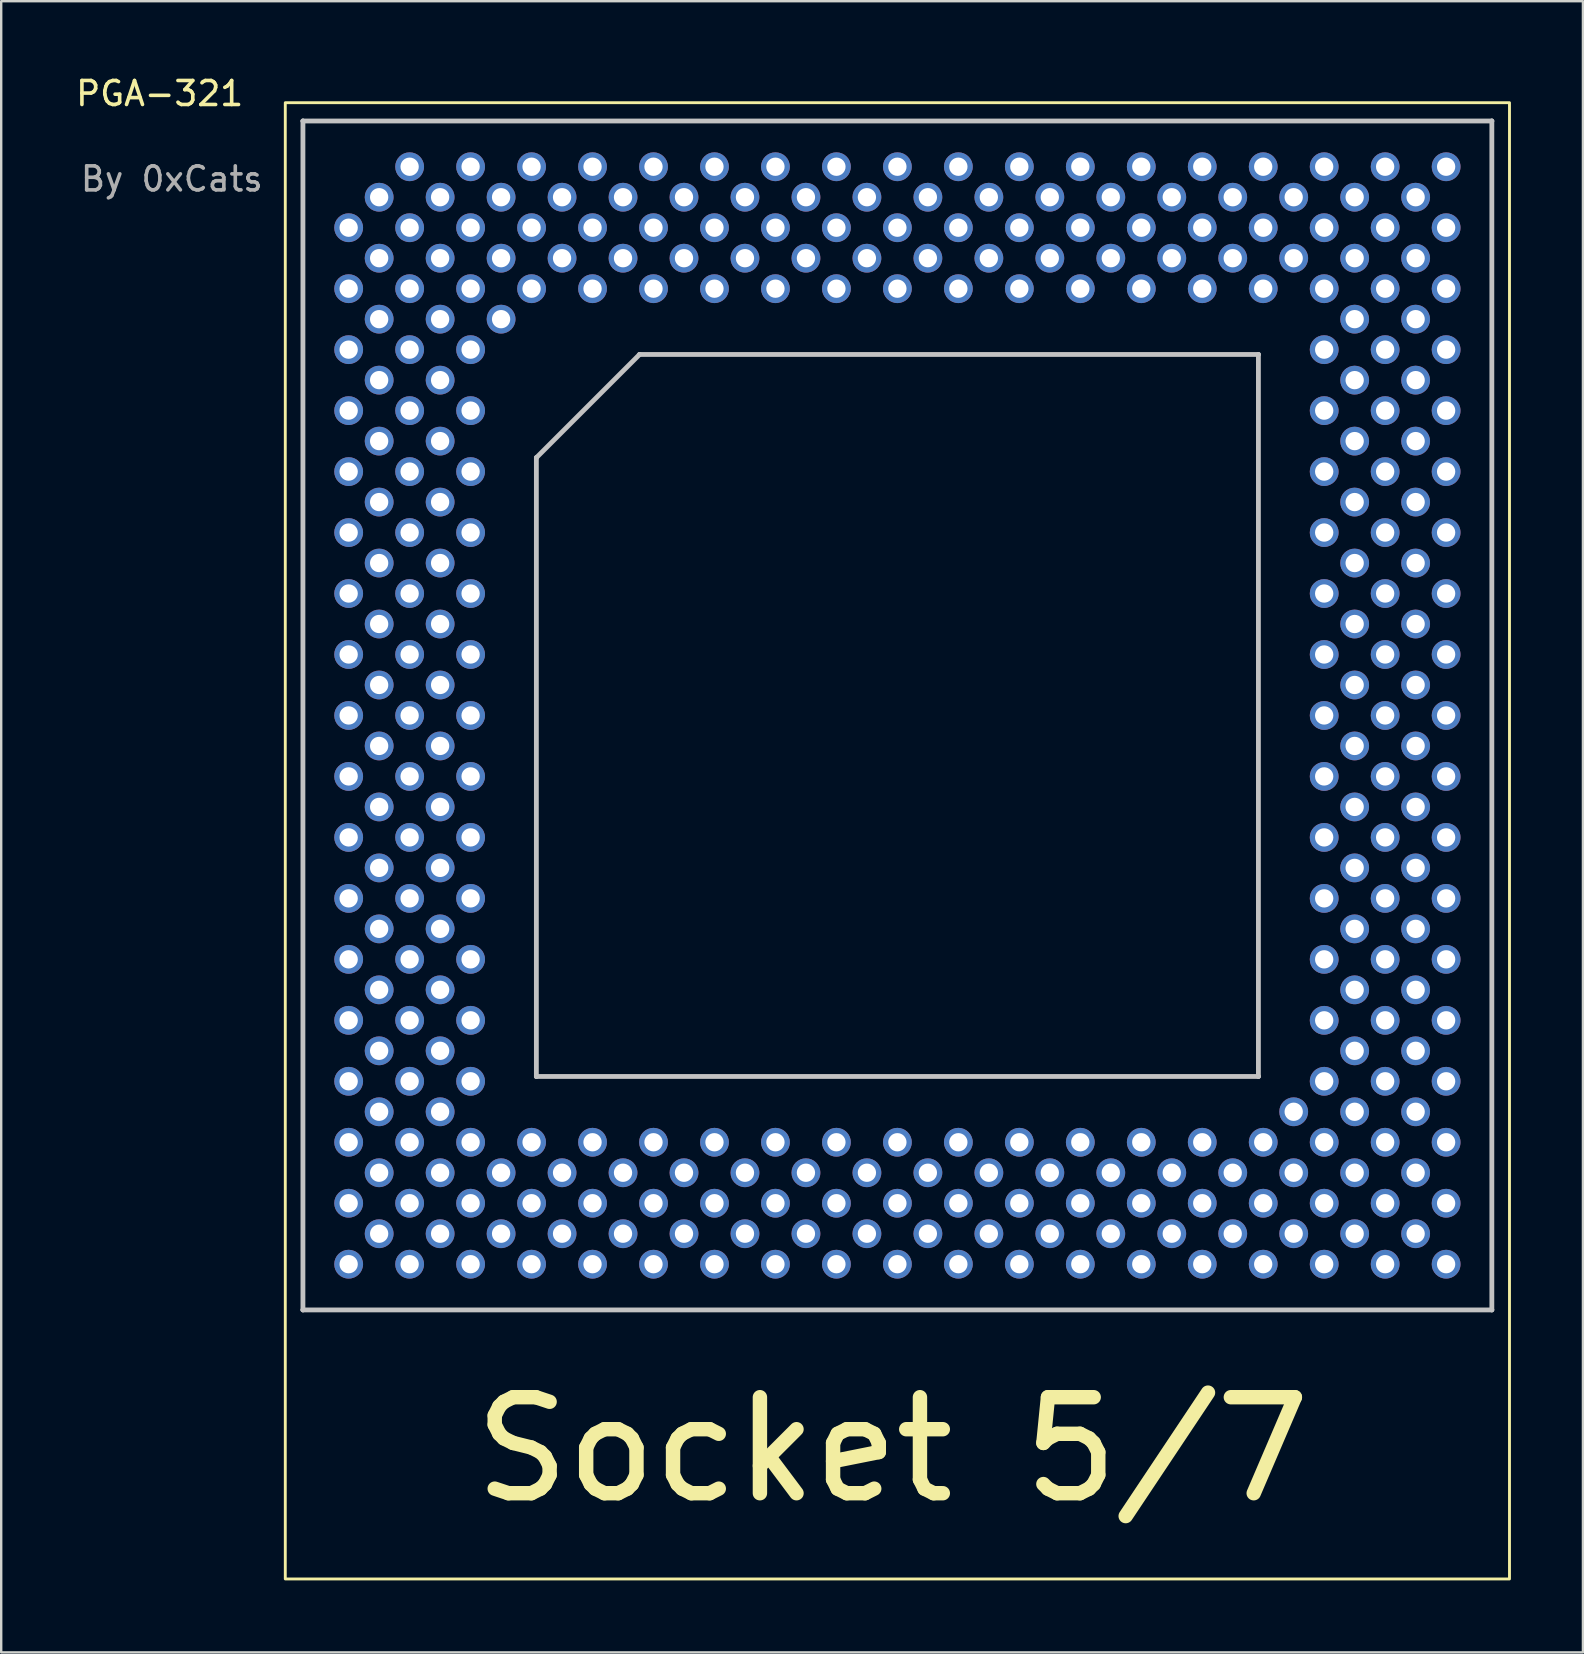
<source format=kicad_pcb>
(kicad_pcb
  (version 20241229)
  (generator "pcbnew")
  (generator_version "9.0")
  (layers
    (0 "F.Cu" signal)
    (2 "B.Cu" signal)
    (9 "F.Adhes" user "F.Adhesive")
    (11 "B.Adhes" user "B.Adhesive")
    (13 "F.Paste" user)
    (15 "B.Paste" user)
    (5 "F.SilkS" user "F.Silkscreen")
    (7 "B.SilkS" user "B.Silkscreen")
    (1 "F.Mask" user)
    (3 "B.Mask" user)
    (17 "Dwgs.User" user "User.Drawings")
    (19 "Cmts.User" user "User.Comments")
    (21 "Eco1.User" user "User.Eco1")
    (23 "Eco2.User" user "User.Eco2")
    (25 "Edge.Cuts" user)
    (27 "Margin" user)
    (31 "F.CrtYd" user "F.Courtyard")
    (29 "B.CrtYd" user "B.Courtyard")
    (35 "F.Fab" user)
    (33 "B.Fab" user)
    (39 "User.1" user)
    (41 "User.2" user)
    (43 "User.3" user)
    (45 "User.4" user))
  (footprint "PGA-321"
    (layer "F.Cu")
    (at 11.475 3.896)
    (property "Reference" "PGA-321" (at -7.874 -3.048 0) (layer "F.SilkS") (effects (font (size 1 1) (thickness 0.15))))
    (attr through_hole)
    (fp_rect (start -2.64 -2.667) (end 48.36 58.833) (stroke (width 0.12) (type solid)) (fill no) (layer "F.SilkS"))
    (fp_line (start -1.905 -1.905) (end -1.905 -1.905) (stroke (width 0.2) (type solid)) (layer "Dwgs.User"))
    (fp_line (start -1.905 -1.905) (end 47.625 -1.905) (stroke (width 0.2) (type solid)) (layer "Dwgs.User"))
    (fp_line (start -1.905 47.625) (end -1.905 -1.905) (stroke (width 0.2) (type solid)) (layer "Dwgs.User"))
    (fp_line (start -1.905 47.625) (end -1.905 47.625) (stroke (width 0.2) (type solid)) (layer "Dwgs.User"))
    (fp_line (start 7.82 12.12) (end 7.82 12.12) (stroke (width 0.2) (type solid)) (layer "Dwgs.User"))
    (fp_line (start 7.82 12.12) (end 12.12 7.82) (stroke (width 0.2) (type solid)) (layer "Dwgs.User"))
    (fp_line (start 7.82 37.9) (end 7.82 12.12) (stroke (width 0.2) (type solid)) (layer "Dwgs.User"))
    (fp_line (start 7.82 37.9) (end 7.82 37.9) (stroke (width 0.2) (type solid)) (layer "Dwgs.User"))
    (fp_line (start 12.12 7.82) (end 12.12 7.82) (stroke (width 0.2) (type solid)) (layer "Dwgs.User"))
    (fp_line (start 12.12 7.82) (end 37.9 7.82) (stroke (width 0.2) (type solid)) (layer "Dwgs.User"))
    (fp_line (start 37.9 7.82) (end 37.9 7.82) (stroke (width 0.2) (type solid)) (layer "Dwgs.User"))
    (fp_line (start 37.9 7.82) (end 37.9 37.9) (stroke (width 0.2) (type solid)) (layer "Dwgs.User"))
    (fp_line (start 37.9 37.9) (end 7.82 37.9) (stroke (width 0.2) (type solid)) (layer "Dwgs.User"))
    (fp_line (start 37.9 37.9) (end 37.9 37.9) (stroke (width 0.2) (type solid)) (layer "Dwgs.User"))
    (fp_line (start 47.625 -1.905) (end 47.625 -1.905) (stroke (width 0.2) (type solid)) (layer "Dwgs.User"))
    (fp_line (start 47.625 47.625) (end -1.905 47.625) (stroke (width 0.2) (type solid)) (layer "Dwgs.User"))
    (fp_line (start 47.625 47.625) (end 47.625 -1.905) (stroke (width 0.2) (type solid)) (layer "Dwgs.User"))
    (fp_line (start 47.625 47.625) (end 47.625 47.625) (stroke (width 0.2) (type solid)) (layer "Dwgs.User"))
    (fp_text user "Socket 5/7" (at 22.657 53.442 180) (layer "F.SilkS") (effects (font (size 4 4) (thickness 0.6))))
    (fp_text user "By 0xCats" (at -7.366 0.508 0) (unlocked yes) (layer "F.Fab") (effects (font (size 1 1) (thickness 0.15))))
    (pad "A03" thru_hole circle (at 2.54 0) (size 1.2 1.2) (drill 0.762) (layers "*.Cu" "*.Mask"))
    (pad "A05" thru_hole circle (at 5.08 0) (size 1.2 1.2) (drill 0.762) (layers "*.Cu" "*.Mask"))
    (pad "A07" thru_hole circle (at 7.62 0) (size 1.2 1.2) (drill 0.762) (layers "*.Cu" "*.Mask"))
    (pad "A09" thru_hole circle (at 10.16 0) (size 1.2 1.2) (drill 0.762) (layers "*.Cu" "*.Mask"))
    (pad "A11" thru_hole circle (at 12.7 0) (size 1.2 1.2) (drill 0.762) (layers "*.Cu" "*.Mask"))
    (pad "A13" thru_hole circle (at 15.24 0) (size 1.2 1.2) (drill 0.762) (layers "*.Cu" "*.Mask"))
    (pad "A15" thru_hole circle (at 17.78 0) (size 1.2 1.2) (drill 0.762) (layers "*.Cu" "*.Mask"))
    (pad "A17" thru_hole circle (at 20.32 0) (size 1.2 1.2) (drill 0.762) (layers "*.Cu" "*.Mask"))
    (pad "A19" thru_hole circle (at 22.86 0) (size 1.2 1.2) (drill 0.762) (layers "*.Cu" "*.Mask"))
    (pad "A21" thru_hole circle (at 25.4 0) (size 1.2 1.2) (drill 0.762) (layers "*.Cu" "*.Mask"))
    (pad "A23" thru_hole circle (at 27.94 0) (size 1.2 1.2) (drill 0.762) (layers "*.Cu" "*.Mask"))
    (pad "A25" thru_hole circle (at 30.48 0) (size 1.2 1.2) (drill 0.762) (layers "*.Cu" "*.Mask"))
    (pad "A27" thru_hole circle (at 33.02 0) (size 1.2 1.2) (drill 0.762) (layers "*.Cu" "*.Mask"))
    (pad "A29" thru_hole circle (at 35.56 0) (size 1.2 1.2) (drill 0.762) (layers "*.Cu" "*.Mask"))
    (pad "A31" thru_hole circle (at 38.1 0) (size 1.2 1.2) (drill 0.762) (layers "*.Cu" "*.Mask"))
    (pad "A33" thru_hole circle (at 40.64 0) (size 1.2 1.2) (drill 0.762) (layers "*.Cu" "*.Mask"))
    (pad "A35" thru_hole circle (at 43.18 0) (size 1.2 1.2) (drill 0.762) (layers "*.Cu" "*.Mask"))
    (pad "A37" thru_hole circle (at 45.72 0) (size 1.2 1.2) (drill 0.762) (layers "*.Cu" "*.Mask"))
    (pad "AA01" thru_hole circle (at 0 30.48) (size 1.2 1.2) (drill 0.762) (layers "*.Cu" "*.Mask"))
    (pad "AA03" thru_hole circle (at 2.54 30.48) (size 1.2 1.2) (drill 0.762) (layers "*.Cu" "*.Mask"))
    (pad "AA05" thru_hole circle (at 5.08 30.48) (size 1.2 1.2) (drill 0.762) (layers "*.Cu" "*.Mask"))
    (pad "AA33" thru_hole circle (at 40.64 30.48) (size 1.2 1.2) (drill 0.762) (layers "*.Cu" "*.Mask"))
    (pad "AA35" thru_hole circle (at 43.18 30.48) (size 1.2 1.2) (drill 0.762) (layers "*.Cu" "*.Mask"))
    (pad "AA37" thru_hole circle (at 45.72 30.48) (size 1.2 1.2) (drill 0.762) (layers "*.Cu" "*.Mask"))
    (pad "AB02" thru_hole circle (at 1.27 31.75) (size 1.2 1.2) (drill 0.762) (layers "*.Cu" "*.Mask"))
    (pad "AB04" thru_hole circle (at 3.81 31.75) (size 1.2 1.2) (drill 0.762) (layers "*.Cu" "*.Mask"))
    (pad "AB34" thru_hole circle (at 41.91 31.75) (size 1.2 1.2) (drill 0.762) (layers "*.Cu" "*.Mask"))
    (pad "AB36" thru_hole circle (at 44.45 31.75) (size 1.2 1.2) (drill 0.762) (layers "*.Cu" "*.Mask"))
    (pad "AC01" thru_hole circle (at 0 33.02) (size 1.2 1.2) (drill 0.762) (layers "*.Cu" "*.Mask"))
    (pad "AC03" thru_hole circle (at 2.54 33.02) (size 1.2 1.2) (drill 0.762) (layers "*.Cu" "*.Mask"))
    (pad "AC05" thru_hole circle (at 5.08 33.02) (size 1.2 1.2) (drill 0.762) (layers "*.Cu" "*.Mask"))
    (pad "AC33" thru_hole circle (at 40.64 33.02) (size 1.2 1.2) (drill 0.762) (layers "*.Cu" "*.Mask"))
    (pad "AC35" thru_hole circle (at 43.18 33.02) (size 1.2 1.2) (drill 0.762) (layers "*.Cu" "*.Mask"))
    (pad "AC37" thru_hole circle (at 45.72 33.02) (size 1.2 1.2) (drill 0.762) (layers "*.Cu" "*.Mask"))
    (pad "AD02" thru_hole circle (at 1.27 34.29) (size 1.2 1.2) (drill 0.762) (layers "*.Cu" "*.Mask"))
    (pad "AD04" thru_hole circle (at 3.81 34.29) (size 1.2 1.2) (drill 0.762) (layers "*.Cu" "*.Mask"))
    (pad "AD34" thru_hole circle (at 41.91 34.29) (size 1.2 1.2) (drill 0.762) (layers "*.Cu" "*.Mask"))
    (pad "AD36" thru_hole circle (at 44.45 34.29) (size 1.2 1.2) (drill 0.762) (layers "*.Cu" "*.Mask"))
    (pad "AE01" thru_hole circle (at 0 35.56) (size 1.2 1.2) (drill 0.762) (layers "*.Cu" "*.Mask"))
    (pad "AE03" thru_hole circle (at 2.54 35.56) (size 1.2 1.2) (drill 0.762) (layers "*.Cu" "*.Mask"))
    (pad "AE05" thru_hole circle (at 5.08 35.56) (size 1.2 1.2) (drill 0.762) (layers "*.Cu" "*.Mask"))
    (pad "AE33" thru_hole circle (at 40.64 35.56) (size 1.2 1.2) (drill 0.762) (layers "*.Cu" "*.Mask"))
    (pad "AE35" thru_hole circle (at 43.18 35.56) (size 1.2 1.2) (drill 0.762) (layers "*.Cu" "*.Mask"))
    (pad "AE37" thru_hole circle (at 45.72 35.56) (size 1.2 1.2) (drill 0.762) (layers "*.Cu" "*.Mask"))
    (pad "AF02" thru_hole circle (at 1.27 36.83) (size 1.2 1.2) (drill 0.762) (layers "*.Cu" "*.Mask"))
    (pad "AF04" thru_hole circle (at 3.81 36.83) (size 1.2 1.2) (drill 0.762) (layers "*.Cu" "*.Mask"))
    (pad "AF34" thru_hole circle (at 41.91 36.83) (size 1.2 1.2) (drill 0.762) (layers "*.Cu" "*.Mask"))
    (pad "AF36" thru_hole circle (at 44.45 36.83) (size 1.2 1.2) (drill 0.762) (layers "*.Cu" "*.Mask"))
    (pad "AG01" thru_hole circle (at 0 38.1) (size 1.2 1.2) (drill 0.762) (layers "*.Cu" "*.Mask"))
    (pad "AG03" thru_hole circle (at 2.54 38.1) (size 1.2 1.2) (drill 0.762) (layers "*.Cu" "*.Mask"))
    (pad "AG05" thru_hole circle (at 5.08 38.1) (size 1.2 1.2) (drill 0.762) (layers "*.Cu" "*.Mask"))
    (pad "AG33" thru_hole circle (at 40.64 38.1) (size 1.2 1.2) (drill 0.762) (layers "*.Cu" "*.Mask"))
    (pad "AG35" thru_hole circle (at 43.18 38.1) (size 1.2 1.2) (drill 0.762) (layers "*.Cu" "*.Mask"))
    (pad "AG37" thru_hole circle (at 45.72 38.1) (size 1.2 1.2) (drill 0.762) (layers "*.Cu" "*.Mask"))
    (pad "AH02" thru_hole circle (at 1.27 39.37) (size 1.2 1.2) (drill 0.762) (layers "*.Cu" "*.Mask"))
    (pad "AH04" thru_hole circle (at 3.81 39.37) (size 1.2 1.2) (drill 0.762) (layers "*.Cu" "*.Mask"))
    (pad "AH32" thru_hole circle (at 39.37 39.37) (size 1.2 1.2) (drill 0.762) (layers "*.Cu" "*.Mask"))
    (pad "AH34" thru_hole circle (at 41.91 39.37) (size 1.2 1.2) (drill 0.762) (layers "*.Cu" "*.Mask"))
    (pad "AH36" thru_hole circle (at 44.45 39.37) (size 1.2 1.2) (drill 0.762) (layers "*.Cu" "*.Mask"))
    (pad "AJ01" thru_hole circle (at 0 40.64) (size 1.2 1.2) (drill 0.762) (layers "*.Cu" "*.Mask"))
    (pad "AJ03" thru_hole circle (at 2.54 40.64) (size 1.2 1.2) (drill 0.762) (layers "*.Cu" "*.Mask"))
    (pad "AJ05" thru_hole circle (at 5.08 40.64) (size 1.2 1.2) (drill 0.762) (layers "*.Cu" "*.Mask"))
    (pad "AJ07" thru_hole circle (at 7.62 40.64) (size 1.2 1.2) (drill 0.762) (layers "*.Cu" "*.Mask"))
    (pad "AJ09" thru_hole circle (at 10.16 40.64) (size 1.2 1.2) (drill 0.762) (layers "*.Cu" "*.Mask"))
    (pad "AJ11" thru_hole circle (at 12.7 40.64) (size 1.2 1.2) (drill 0.762) (layers "*.Cu" "*.Mask"))
    (pad "AJ13" thru_hole circle (at 15.24 40.64) (size 1.2 1.2) (drill 0.762) (layers "*.Cu" "*.Mask"))
    (pad "AJ15" thru_hole circle (at 17.78 40.64) (size 1.2 1.2) (drill 0.762) (layers "*.Cu" "*.Mask"))
    (pad "AJ17" thru_hole circle (at 20.32 40.64) (size 1.2 1.2) (drill 0.762) (layers "*.Cu" "*.Mask"))
    (pad "AJ19" thru_hole circle (at 22.86 40.64) (size 1.2 1.2) (drill 0.762) (layers "*.Cu" "*.Mask"))
    (pad "AJ21" thru_hole circle (at 25.4 40.64) (size 1.2 1.2) (drill 0.762) (layers "*.Cu" "*.Mask"))
    (pad "AJ23" thru_hole circle (at 27.94 40.64) (size 1.2 1.2) (drill 0.762) (layers "*.Cu" "*.Mask"))
    (pad "AJ25" thru_hole circle (at 30.48 40.64) (size 1.2 1.2) (drill 0.762) (layers "*.Cu" "*.Mask"))
    (pad "AJ27" thru_hole circle (at 33.02 40.64) (size 1.2 1.2) (drill 0.762) (layers "*.Cu" "*.Mask"))
    (pad "AJ29" thru_hole circle (at 35.56 40.64) (size 1.2 1.2) (drill 0.762) (layers "*.Cu" "*.Mask"))
    (pad "AJ31" thru_hole circle (at 38.1 40.64) (size 1.2 1.2) (drill 0.762) (layers "*.Cu" "*.Mask"))
    (pad "AJ33" thru_hole circle (at 40.64 40.64) (size 1.2 1.2) (drill 0.762) (layers "*.Cu" "*.Mask"))
    (pad "AJ35" thru_hole circle (at 43.18 40.64) (size 1.2 1.2) (drill 0.762) (layers "*.Cu" "*.Mask"))
    (pad "AJ37" thru_hole circle (at 45.72 40.64) (size 1.2 1.2) (drill 0.762) (layers "*.Cu" "*.Mask"))
    (pad "AK02" thru_hole circle (at 1.27 41.91) (size 1.2 1.2) (drill 0.762) (layers "*.Cu" "*.Mask"))
    (pad "AK04" thru_hole circle (at 3.81 41.91) (size 1.2 1.2) (drill 0.762) (layers "*.Cu" "*.Mask"))
    (pad "AK06" thru_hole circle (at 6.35 41.91) (size 1.2 1.2) (drill 0.762) (layers "*.Cu" "*.Mask"))
    (pad "AK08" thru_hole circle (at 8.89 41.91) (size 1.2 1.2) (drill 0.762) (layers "*.Cu" "*.Mask"))
    (pad "AK10" thru_hole circle (at 11.43 41.91) (size 1.2 1.2) (drill 0.762) (layers "*.Cu" "*.Mask"))
    (pad "AK12" thru_hole circle (at 13.97 41.91) (size 1.2 1.2) (drill 0.762) (layers "*.Cu" "*.Mask"))
    (pad "AK14" thru_hole circle (at 16.51 41.91) (size 1.2 1.2) (drill 0.762) (layers "*.Cu" "*.Mask"))
    (pad "AK16" thru_hole circle (at 19.05 41.91) (size 1.2 1.2) (drill 0.762) (layers "*.Cu" "*.Mask"))
    (pad "AK18" thru_hole circle (at 21.59 41.91) (size 1.2 1.2) (drill 0.762) (layers "*.Cu" "*.Mask"))
    (pad "AK20" thru_hole circle (at 24.13 41.91) (size 1.2 1.2) (drill 0.762) (layers "*.Cu" "*.Mask"))
    (pad "AK22" thru_hole circle (at 26.67 41.91) (size 1.2 1.2) (drill 0.762) (layers "*.Cu" "*.Mask"))
    (pad "AK24" thru_hole circle (at 29.21 41.91) (size 1.2 1.2) (drill 0.762) (layers "*.Cu" "*.Mask"))
    (pad "AK26" thru_hole circle (at 31.75 41.91) (size 1.2 1.2) (drill 0.762) (layers "*.Cu" "*.Mask"))
    (pad "AK28" thru_hole circle (at 34.29 41.91) (size 1.2 1.2) (drill 0.762) (layers "*.Cu" "*.Mask"))
    (pad "AK30" thru_hole circle (at 36.83 41.91) (size 1.2 1.2) (drill 0.762) (layers "*.Cu" "*.Mask"))
    (pad "AK32" thru_hole circle (at 39.37 41.91) (size 1.2 1.2) (drill 0.762) (layers "*.Cu" "*.Mask"))
    (pad "AK34" thru_hole circle (at 41.91 41.91) (size 1.2 1.2) (drill 0.762) (layers "*.Cu" "*.Mask"))
    (pad "AK36" thru_hole circle (at 44.45 41.91) (size 1.2 1.2) (drill 0.762) (layers "*.Cu" "*.Mask"))
    (pad "AL01" thru_hole circle (at 0 43.18) (size 1.2 1.2) (drill 0.762) (layers "*.Cu" "*.Mask"))
    (pad "AL03" thru_hole circle (at 2.54 43.18) (size 1.2 1.2) (drill 0.762) (layers "*.Cu" "*.Mask"))
    (pad "AL05" thru_hole circle (at 5.08 43.18) (size 1.2 1.2) (drill 0.762) (layers "*.Cu" "*.Mask"))
    (pad "AL07" thru_hole circle (at 7.62 43.18) (size 1.2 1.2) (drill 0.762) (layers "*.Cu" "*.Mask"))
    (pad "AL09" thru_hole circle (at 10.16 43.18) (size 1.2 1.2) (drill 0.762) (layers "*.Cu" "*.Mask"))
    (pad "AL11" thru_hole circle (at 12.7 43.18) (size 1.2 1.2) (drill 0.762) (layers "*.Cu" "*.Mask"))
    (pad "AL13" thru_hole circle (at 15.24 43.18) (size 1.2 1.2) (drill 0.762) (layers "*.Cu" "*.Mask"))
    (pad "AL15" thru_hole circle (at 17.78 43.18) (size 1.2 1.2) (drill 0.762) (layers "*.Cu" "*.Mask"))
    (pad "AL17" thru_hole circle (at 20.32 43.18) (size 1.2 1.2) (drill 0.762) (layers "*.Cu" "*.Mask"))
    (pad "AL19" thru_hole circle (at 22.86 43.18) (size 1.2 1.2) (drill 0.762) (layers "*.Cu" "*.Mask"))
    (pad "AL21" thru_hole circle (at 25.4 43.18) (size 1.2 1.2) (drill 0.762) (layers "*.Cu" "*.Mask"))
    (pad "AL23" thru_hole circle (at 27.94 43.18) (size 1.2 1.2) (drill 0.762) (layers "*.Cu" "*.Mask"))
    (pad "AL25" thru_hole circle (at 30.48 43.18) (size 1.2 1.2) (drill 0.762) (layers "*.Cu" "*.Mask"))
    (pad "AL27" thru_hole circle (at 33.02 43.18) (size 1.2 1.2) (drill 0.762) (layers "*.Cu" "*.Mask"))
    (pad "AL29" thru_hole circle (at 35.56 43.18) (size 1.2 1.2) (drill 0.762) (layers "*.Cu" "*.Mask"))
    (pad "AL31" thru_hole circle (at 38.1 43.18) (size 1.2 1.2) (drill 0.762) (layers "*.Cu" "*.Mask"))
    (pad "AL33" thru_hole circle (at 40.64 43.18) (size 1.2 1.2) (drill 0.762) (layers "*.Cu" "*.Mask"))
    (pad "AL35" thru_hole circle (at 43.18 43.18) (size 1.2 1.2) (drill 0.762) (layers "*.Cu" "*.Mask"))
    (pad "AL37" thru_hole circle (at 45.72 43.18) (size 1.2 1.2) (drill 0.762) (layers "*.Cu" "*.Mask"))
    (pad "AM02" thru_hole circle (at 1.27 44.45) (size 1.2 1.2) (drill 0.762) (layers "*.Cu" "*.Mask"))
    (pad "AM04" thru_hole circle (at 3.81 44.45) (size 1.2 1.2) (drill 0.762) (layers "*.Cu" "*.Mask"))
    (pad "AM06" thru_hole circle (at 6.35 44.45) (size 1.2 1.2) (drill 0.762) (layers "*.Cu" "*.Mask"))
    (pad "AM08" thru_hole circle (at 8.89 44.45) (size 1.2 1.2) (drill 0.762) (layers "*.Cu" "*.Mask"))
    (pad "AM10" thru_hole circle (at 11.43 44.45) (size 1.2 1.2) (drill 0.762) (layers "*.Cu" "*.Mask"))
    (pad "AM12" thru_hole circle (at 13.97 44.45) (size 1.2 1.2) (drill 0.762) (layers "*.Cu" "*.Mask"))
    (pad "AM14" thru_hole circle (at 16.51 44.45) (size 1.2 1.2) (drill 0.762) (layers "*.Cu" "*.Mask"))
    (pad "AM16" thru_hole circle (at 19.05 44.45) (size 1.2 1.2) (drill 0.762) (layers "*.Cu" "*.Mask"))
    (pad "AM18" thru_hole circle (at 21.59 44.45) (size 1.2 1.2) (drill 0.762) (layers "*.Cu" "*.Mask"))
    (pad "AM20" thru_hole circle (at 24.13 44.45) (size 1.2 1.2) (drill 0.762) (layers "*.Cu" "*.Mask"))
    (pad "AM22" thru_hole circle (at 26.67 44.45) (size 1.2 1.2) (drill 0.762) (layers "*.Cu" "*.Mask"))
    (pad "AM24" thru_hole circle (at 29.21 44.45) (size 1.2 1.2) (drill 0.762) (layers "*.Cu" "*.Mask"))
    (pad "AM26" thru_hole circle (at 31.75 44.45) (size 1.2 1.2) (drill 0.762) (layers "*.Cu" "*.Mask"))
    (pad "AM28" thru_hole circle (at 34.29 44.45) (size 1.2 1.2) (drill 0.762) (layers "*.Cu" "*.Mask"))
    (pad "AM30" thru_hole circle (at 36.83 44.45) (size 1.2 1.2) (drill 0.762) (layers "*.Cu" "*.Mask"))
    (pad "AM32" thru_hole circle (at 39.37 44.45) (size 1.2 1.2) (drill 0.762) (layers "*.Cu" "*.Mask"))
    (pad "AM34" thru_hole circle (at 41.91 44.45) (size 1.2 1.2) (drill 0.762) (layers "*.Cu" "*.Mask"))
    (pad "AM36" thru_hole circle (at 44.45 44.45) (size 1.2 1.2) (drill 0.762) (layers "*.Cu" "*.Mask"))
    (pad "AN01" thru_hole circle (at 0 45.72) (size 1.2 1.2) (drill 0.762) (layers "*.Cu" "*.Mask"))
    (pad "AN03" thru_hole circle (at 2.54 45.72) (size 1.2 1.2) (drill 0.762) (layers "*.Cu" "*.Mask"))
    (pad "AN05" thru_hole circle (at 5.08 45.72) (size 1.2 1.2) (drill 0.762) (layers "*.Cu" "*.Mask"))
    (pad "AN07" thru_hole circle (at 7.62 45.72) (size 1.2 1.2) (drill 0.762) (layers "*.Cu" "*.Mask"))
    (pad "AN09" thru_hole circle (at 10.16 45.72) (size 1.2 1.2) (drill 0.762) (layers "*.Cu" "*.Mask"))
    (pad "AN11" thru_hole circle (at 12.7 45.72) (size 1.2 1.2) (drill 0.762) (layers "*.Cu" "*.Mask"))
    (pad "AN13" thru_hole circle (at 15.24 45.72) (size 1.2 1.2) (drill 0.762) (layers "*.Cu" "*.Mask"))
    (pad "AN15" thru_hole circle (at 17.78 45.72) (size 1.2 1.2) (drill 0.762) (layers "*.Cu" "*.Mask"))
    (pad "AN17" thru_hole circle (at 20.32 45.72) (size 1.2 1.2) (drill 0.762) (layers "*.Cu" "*.Mask"))
    (pad "AN19" thru_hole circle (at 22.86 45.72) (size 1.2 1.2) (drill 0.762) (layers "*.Cu" "*.Mask"))
    (pad "AN21" thru_hole circle (at 25.4 45.72) (size 1.2 1.2) (drill 0.762) (layers "*.Cu" "*.Mask"))
    (pad "AN23" thru_hole circle (at 27.94 45.72) (size 1.2 1.2) (drill 0.762) (layers "*.Cu" "*.Mask"))
    (pad "AN25" thru_hole circle (at 30.48 45.72) (size 1.2 1.2) (drill 0.762) (layers "*.Cu" "*.Mask"))
    (pad "AN27" thru_hole circle (at 33.02 45.72) (size 1.2 1.2) (drill 0.762) (layers "*.Cu" "*.Mask"))
    (pad "AN29" thru_hole circle (at 35.56 45.72) (size 1.2 1.2) (drill 0.762) (layers "*.Cu" "*.Mask"))
    (pad "AN31" thru_hole circle (at 38.1 45.72) (size 1.2 1.2) (drill 0.762) (layers "*.Cu" "*.Mask"))
    (pad "AN33" thru_hole circle (at 40.64 45.72) (size 1.2 1.2) (drill 0.762) (layers "*.Cu" "*.Mask"))
    (pad "AN35" thru_hole circle (at 43.18 45.72) (size 1.2 1.2) (drill 0.762) (layers "*.Cu" "*.Mask"))
    (pad "AN37" thru_hole circle (at 45.72 45.72) (size 1.2 1.2) (drill 0.762) (layers "*.Cu" "*.Mask"))
    (pad "B02" thru_hole circle (at 1.27 1.27) (size 1.2 1.2) (drill 0.762) (layers "*.Cu" "*.Mask"))
    (pad "B04" thru_hole circle (at 3.81 1.27) (size 1.2 1.2) (drill 0.762) (layers "*.Cu" "*.Mask"))
    (pad "B06" thru_hole circle (at 6.35 1.27) (size 1.2 1.2) (drill 0.762) (layers "*.Cu" "*.Mask"))
    (pad "B08" thru_hole circle (at 8.89 1.27) (size 1.2 1.2) (drill 0.762) (layers "*.Cu" "*.Mask"))
    (pad "B10" thru_hole circle (at 11.43 1.27) (size 1.2 1.2) (drill 0.762) (layers "*.Cu" "*.Mask"))
    (pad "B12" thru_hole circle (at 13.97 1.27) (size 1.2 1.2) (drill 0.762) (layers "*.Cu" "*.Mask"))
    (pad "B14" thru_hole circle (at 16.51 1.27) (size 1.2 1.2) (drill 0.762) (layers "*.Cu" "*.Mask"))
    (pad "B16" thru_hole circle (at 19.05 1.27) (size 1.2 1.2) (drill 0.762) (layers "*.Cu" "*.Mask"))
    (pad "B18" thru_hole circle (at 21.59 1.27) (size 1.2 1.2) (drill 0.762) (layers "*.Cu" "*.Mask"))
    (pad "B20" thru_hole circle (at 24.13 1.27) (size 1.2 1.2) (drill 0.762) (layers "*.Cu" "*.Mask"))
    (pad "B22" thru_hole circle (at 26.67 1.27) (size 1.2 1.2) (drill 0.762) (layers "*.Cu" "*.Mask"))
    (pad "B24" thru_hole circle (at 29.21 1.27) (size 1.2 1.2) (drill 0.762) (layers "*.Cu" "*.Mask"))
    (pad "B26" thru_hole circle (at 31.75 1.27) (size 1.2 1.2) (drill 0.762) (layers "*.Cu" "*.Mask"))
    (pad "B28" thru_hole circle (at 34.29 1.27) (size 1.2 1.2) (drill 0.762) (layers "*.Cu" "*.Mask"))
    (pad "B30" thru_hole circle (at 36.83 1.27) (size 1.2 1.2) (drill 0.762) (layers "*.Cu" "*.Mask"))
    (pad "B32" thru_hole circle (at 39.37 1.27) (size 1.2 1.2) (drill 0.762) (layers "*.Cu" "*.Mask"))
    (pad "B34" thru_hole circle (at 41.91 1.27) (size 1.2 1.2) (drill 0.762) (layers "*.Cu" "*.Mask"))
    (pad "B36" thru_hole circle (at 44.45 1.27) (size 1.2 1.2) (drill 0.762) (layers "*.Cu" "*.Mask"))
    (pad "C01" thru_hole circle (at 0 2.54) (size 1.2 1.2) (drill 0.762) (layers "*.Cu" "*.Mask"))
    (pad "C03" thru_hole circle (at 2.54 2.54) (size 1.2 1.2) (drill 0.762) (layers "*.Cu" "*.Mask"))
    (pad "C05" thru_hole circle (at 5.08 2.54) (size 1.2 1.2) (drill 0.762) (layers "*.Cu" "*.Mask"))
    (pad "C07" thru_hole circle (at 7.62 2.54) (size 1.2 1.2) (drill 0.762) (layers "*.Cu" "*.Mask"))
    (pad "C09" thru_hole circle (at 10.16 2.54) (size 1.2 1.2) (drill 0.762) (layers "*.Cu" "*.Mask"))
    (pad "C11" thru_hole circle (at 12.7 2.54) (size 1.2 1.2) (drill 0.762) (layers "*.Cu" "*.Mask"))
    (pad "C13" thru_hole circle (at 15.24 2.54) (size 1.2 1.2) (drill 0.762) (layers "*.Cu" "*.Mask"))
    (pad "C15" thru_hole circle (at 17.78 2.54) (size 1.2 1.2) (drill 0.762) (layers "*.Cu" "*.Mask"))
    (pad "C17" thru_hole circle (at 20.32 2.54) (size 1.2 1.2) (drill 0.762) (layers "*.Cu" "*.Mask"))
    (pad "C19" thru_hole circle (at 22.86 2.54) (size 1.2 1.2) (drill 0.762) (layers "*.Cu" "*.Mask"))
    (pad "C21" thru_hole circle (at 25.4 2.54) (size 1.2 1.2) (drill 0.762) (layers "*.Cu" "*.Mask"))
    (pad "C23" thru_hole circle (at 27.94 2.54) (size 1.2 1.2) (drill 0.762) (layers "*.Cu" "*.Mask"))
    (pad "C25" thru_hole circle (at 30.48 2.54) (size 1.2 1.2) (drill 0.762) (layers "*.Cu" "*.Mask"))
    (pad "C27" thru_hole circle (at 33.02 2.54) (size 1.2 1.2) (drill 0.762) (layers "*.Cu" "*.Mask"))
    (pad "C29" thru_hole circle (at 35.56 2.54) (size 1.2 1.2) (drill 0.762) (layers "*.Cu" "*.Mask"))
    (pad "C31" thru_hole circle (at 38.1 2.54) (size 1.2 1.2) (drill 0.762) (layers "*.Cu" "*.Mask"))
    (pad "C33" thru_hole circle (at 40.64 2.54) (size 1.2 1.2) (drill 0.762) (layers "*.Cu" "*.Mask"))
    (pad "C35" thru_hole circle (at 43.18 2.54) (size 1.2 1.2) (drill 0.762) (layers "*.Cu" "*.Mask"))
    (pad "C37" thru_hole circle (at 45.72 2.54) (size 1.2 1.2) (drill 0.762) (layers "*.Cu" "*.Mask"))
    (pad "D02" thru_hole circle (at 1.27 3.81) (size 1.2 1.2) (drill 0.762) (layers "*.Cu" "*.Mask"))
    (pad "D04" thru_hole circle (at 3.81 3.81) (size 1.2 1.2) (drill 0.762) (layers "*.Cu" "*.Mask"))
    (pad "D06" thru_hole circle (at 6.35 3.81) (size 1.2 1.2) (drill 0.762) (layers "*.Cu" "*.Mask"))
    (pad "D08" thru_hole circle (at 8.89 3.81) (size 1.2 1.2) (drill 0.762) (layers "*.Cu" "*.Mask"))
    (pad "D10" thru_hole circle (at 11.43 3.81) (size 1.2 1.2) (drill 0.762) (layers "*.Cu" "*.Mask"))
    (pad "D12" thru_hole circle (at 13.97 3.81) (size 1.2 1.2) (drill 0.762) (layers "*.Cu" "*.Mask"))
    (pad "D14" thru_hole circle (at 16.51 3.81) (size 1.2 1.2) (drill 0.762) (layers "*.Cu" "*.Mask"))
    (pad "D16" thru_hole circle (at 19.05 3.81) (size 1.2 1.2) (drill 0.762) (layers "*.Cu" "*.Mask"))
    (pad "D18" thru_hole circle (at 21.59 3.81) (size 1.2 1.2) (drill 0.762) (layers "*.Cu" "*.Mask"))
    (pad "D20" thru_hole circle (at 24.13 3.81) (size 1.2 1.2) (drill 0.762) (layers "*.Cu" "*.Mask"))
    (pad "D22" thru_hole circle (at 26.67 3.81) (size 1.2 1.2) (drill 0.762) (layers "*.Cu" "*.Mask"))
    (pad "D24" thru_hole circle (at 29.21 3.81) (size 1.2 1.2) (drill 0.762) (layers "*.Cu" "*.Mask"))
    (pad "D26" thru_hole circle (at 31.75 3.81) (size 1.2 1.2) (drill 0.762) (layers "*.Cu" "*.Mask"))
    (pad "D28" thru_hole circle (at 34.29 3.81) (size 1.2 1.2) (drill 0.762) (layers "*.Cu" "*.Mask"))
    (pad "D30" thru_hole circle (at 36.83 3.81) (size 1.2 1.2) (drill 0.762) (layers "*.Cu" "*.Mask"))
    (pad "D32" thru_hole circle (at 39.37 3.81) (size 1.2 1.2) (drill 0.762) (layers "*.Cu" "*.Mask"))
    (pad "D34" thru_hole circle (at 41.91 3.81) (size 1.2 1.2) (drill 0.762) (layers "*.Cu" "*.Mask"))
    (pad "D36" thru_hole circle (at 44.45 3.81) (size 1.2 1.2) (drill 0.762) (layers "*.Cu" "*.Mask"))
    (pad "E01" thru_hole circle (at 0 5.08) (size 1.2 1.2) (drill 0.762) (layers "*.Cu" "*.Mask"))
    (pad "E03" thru_hole circle (at 2.54 5.08) (size 1.2 1.2) (drill 0.762) (layers "*.Cu" "*.Mask"))
    (pad "E05" thru_hole circle (at 5.08 5.08) (size 1.2 1.2) (drill 0.762) (layers "*.Cu" "*.Mask"))
    (pad "E07" thru_hole circle (at 7.62 5.08) (size 1.2 1.2) (drill 0.762) (layers "*.Cu" "*.Mask"))
    (pad "E09" thru_hole circle (at 10.16 5.08) (size 1.2 1.2) (drill 0.762) (layers "*.Cu" "*.Mask"))
    (pad "E11" thru_hole circle (at 12.7 5.08) (size 1.2 1.2) (drill 0.762) (layers "*.Cu" "*.Mask"))
    (pad "E13" thru_hole circle (at 15.24 5.08) (size 1.2 1.2) (drill 0.762) (layers "*.Cu" "*.Mask"))
    (pad "E15" thru_hole circle (at 17.78 5.08) (size 1.2 1.2) (drill 0.762) (layers "*.Cu" "*.Mask"))
    (pad "E17" thru_hole circle (at 20.32 5.08) (size 1.2 1.2) (drill 0.762) (layers "*.Cu" "*.Mask"))
    (pad "E19" thru_hole circle (at 22.86 5.08) (size 1.2 1.2) (drill 0.762) (layers "*.Cu" "*.Mask"))
    (pad "E21" thru_hole circle (at 25.4 5.08) (size 1.2 1.2) (drill 0.762) (layers "*.Cu" "*.Mask"))
    (pad "E23" thru_hole circle (at 27.94 5.08) (size 1.2 1.2) (drill 0.762) (layers "*.Cu" "*.Mask"))
    (pad "E25" thru_hole circle (at 30.48 5.08) (size 1.2 1.2) (drill 0.762) (layers "*.Cu" "*.Mask"))
    (pad "E27" thru_hole circle (at 33.02 5.08) (size 1.2 1.2) (drill 0.762) (layers "*.Cu" "*.Mask"))
    (pad "E29" thru_hole circle (at 35.56 5.08) (size 1.2 1.2) (drill 0.762) (layers "*.Cu" "*.Mask"))
    (pad "E31" thru_hole circle (at 38.1 5.08) (size 1.2 1.2) (drill 0.762) (layers "*.Cu" "*.Mask"))
    (pad "E33" thru_hole circle (at 40.64 5.08) (size 1.2 1.2) (drill 0.762) (layers "*.Cu" "*.Mask"))
    (pad "E35" thru_hole circle (at 43.18 5.08) (size 1.2 1.2) (drill 0.762) (layers "*.Cu" "*.Mask"))
    (pad "E37" thru_hole circle (at 45.72 5.08) (size 1.2 1.2) (drill 0.762) (layers "*.Cu" "*.Mask"))
    (pad "F02" thru_hole circle (at 1.27 6.35) (size 1.2 1.2) (drill 0.762) (layers "*.Cu" "*.Mask"))
    (pad "F04" thru_hole circle (at 3.81 6.35) (size 1.2 1.2) (drill 0.762) (layers "*.Cu" "*.Mask"))
    (pad "F06" thru_hole circle (at 6.35 6.35) (size 1.2 1.2) (drill 0.762) (layers "*.Cu" "*.Mask"))
    (pad "F34" thru_hole circle (at 41.91 6.35) (size 1.2 1.2) (drill 0.762) (layers "*.Cu" "*.Mask"))
    (pad "F36" thru_hole circle (at 44.45 6.35) (size 1.2 1.2) (drill 0.762) (layers "*.Cu" "*.Mask"))
    (pad "G01" thru_hole circle (at 0 7.62) (size 1.2 1.2) (drill 0.762) (layers "*.Cu" "*.Mask"))
    (pad "G03" thru_hole circle (at 2.54 7.62) (size 1.2 1.2) (drill 0.762) (layers "*.Cu" "*.Mask"))
    (pad "G05" thru_hole circle (at 5.08 7.62) (size 1.2 1.2) (drill 0.762) (layers "*.Cu" "*.Mask"))
    (pad "G33" thru_hole circle (at 40.64 7.62) (size 1.2 1.2) (drill 0.762) (layers "*.Cu" "*.Mask"))
    (pad "G35" thru_hole circle (at 43.18 7.62) (size 1.2 1.2) (drill 0.762) (layers "*.Cu" "*.Mask"))
    (pad "G37" thru_hole circle (at 45.72 7.62) (size 1.2 1.2) (drill 0.762) (layers "*.Cu" "*.Mask"))
    (pad "H02" thru_hole circle (at 1.27 8.89) (size 1.2 1.2) (drill 0.762) (layers "*.Cu" "*.Mask"))
    (pad "H04" thru_hole circle (at 3.81 8.89) (size 1.2 1.2) (drill 0.762) (layers "*.Cu" "*.Mask"))
    (pad "H34" thru_hole circle (at 41.91 8.89) (size 1.2 1.2) (drill 0.762) (layers "*.Cu" "*.Mask"))
    (pad "H36" thru_hole circle (at 44.45 8.89) (size 1.2 1.2) (drill 0.762) (layers "*.Cu" "*.Mask"))
    (pad "J01" thru_hole circle (at 0 10.16) (size 1.2 1.2) (drill 0.762) (layers "*.Cu" "*.Mask"))
    (pad "J03" thru_hole circle (at 2.54 10.16) (size 1.2 1.2) (drill 0.762) (layers "*.Cu" "*.Mask"))
    (pad "J05" thru_hole circle (at 5.08 10.16) (size 1.2 1.2) (drill 0.762) (layers "*.Cu" "*.Mask"))
    (pad "J33" thru_hole circle (at 40.64 10.16) (size 1.2 1.2) (drill 0.762) (layers "*.Cu" "*.Mask"))
    (pad "J35" thru_hole circle (at 43.18 10.16) (size 1.2 1.2) (drill 0.762) (layers "*.Cu" "*.Mask"))
    (pad "J37" thru_hole circle (at 45.72 10.16) (size 1.2 1.2) (drill 0.762) (layers "*.Cu" "*.Mask"))
    (pad "K02" thru_hole circle (at 1.27 11.43) (size 1.2 1.2) (drill 0.762) (layers "*.Cu" "*.Mask"))
    (pad "K04" thru_hole circle (at 3.81 11.43) (size 1.2 1.2) (drill 0.762) (layers "*.Cu" "*.Mask"))
    (pad "K34" thru_hole circle (at 41.91 11.43) (size 1.2 1.2) (drill 0.762) (layers "*.Cu" "*.Mask"))
    (pad "K36" thru_hole circle (at 44.45 11.43) (size 1.2 1.2) (drill 0.762) (layers "*.Cu" "*.Mask"))
    (pad "L01" thru_hole circle (at 0 12.7) (size 1.2 1.2) (drill 0.762) (layers "*.Cu" "*.Mask"))
    (pad "L03" thru_hole circle (at 2.54 12.7) (size 1.2 1.2) (drill 0.762) (layers "*.Cu" "*.Mask"))
    (pad "L05" thru_hole circle (at 5.08 12.7) (size 1.2 1.2) (drill 0.762) (layers "*.Cu" "*.Mask"))
    (pad "L33" thru_hole circle (at 40.64 12.7) (size 1.2 1.2) (drill 0.762) (layers "*.Cu" "*.Mask"))
    (pad "L35" thru_hole circle (at 43.18 12.7) (size 1.2 1.2) (drill 0.762) (layers "*.Cu" "*.Mask"))
    (pad "L37" thru_hole circle (at 45.72 12.7) (size 1.2 1.2) (drill 0.762) (layers "*.Cu" "*.Mask"))
    (pad "M02" thru_hole circle (at 1.27 13.97) (size 1.2 1.2) (drill 0.762) (layers "*.Cu" "*.Mask"))
    (pad "M04" thru_hole circle (at 3.81 13.97) (size 1.2 1.2) (drill 0.762) (layers "*.Cu" "*.Mask"))
    (pad "M34" thru_hole circle (at 41.91 13.97) (size 1.2 1.2) (drill 0.762) (layers "*.Cu" "*.Mask"))
    (pad "M36" thru_hole circle (at 44.45 13.97) (size 1.2 1.2) (drill 0.762) (layers "*.Cu" "*.Mask"))
    (pad "N01" thru_hole circle (at 0 15.24) (size 1.2 1.2) (drill 0.762) (layers "*.Cu" "*.Mask"))
    (pad "N03" thru_hole circle (at 2.54 15.24) (size 1.2 1.2) (drill 0.762) (layers "*.Cu" "*.Mask"))
    (pad "N05" thru_hole circle (at 5.08 15.24) (size 1.2 1.2) (drill 0.762) (layers "*.Cu" "*.Mask"))
    (pad "N33" thru_hole circle (at 40.64 15.24) (size 1.2 1.2) (drill 0.762) (layers "*.Cu" "*.Mask"))
    (pad "N35" thru_hole circle (at 43.18 15.24) (size 1.2 1.2) (drill 0.762) (layers "*.Cu" "*.Mask"))
    (pad "N37" thru_hole circle (at 45.72 15.24) (size 1.2 1.2) (drill 0.762) (layers "*.Cu" "*.Mask"))
    (pad "P02" thru_hole circle (at 1.27 16.51) (size 1.2 1.2) (drill 0.762) (layers "*.Cu" "*.Mask"))
    (pad "P04" thru_hole circle (at 3.81 16.51) (size 1.2 1.2) (drill 0.762) (layers "*.Cu" "*.Mask"))
    (pad "P34" thru_hole circle (at 41.91 16.51) (size 1.2 1.2) (drill 0.762) (layers "*.Cu" "*.Mask"))
    (pad "P36" thru_hole circle (at 44.45 16.51) (size 1.2 1.2) (drill 0.762) (layers "*.Cu" "*.Mask"))
    (pad "Q01" thru_hole circle (at 0 17.78) (size 1.2 1.2) (drill 0.762) (layers "*.Cu" "*.Mask"))
    (pad "Q03" thru_hole circle (at 2.54 17.78) (size 1.2 1.2) (drill 0.762) (layers "*.Cu" "*.Mask"))
    (pad "Q05" thru_hole circle (at 5.08 17.78) (size 1.2 1.2) (drill 0.762) (layers "*.Cu" "*.Mask"))
    (pad "Q33" thru_hole circle (at 40.64 17.78) (size 1.2 1.2) (drill 0.762) (layers "*.Cu" "*.Mask"))
    (pad "Q35" thru_hole circle (at 43.18 17.78) (size 1.2 1.2) (drill 0.762) (layers "*.Cu" "*.Mask"))
    (pad "Q37" thru_hole circle (at 45.72 17.78) (size 1.2 1.2) (drill 0.762) (layers "*.Cu" "*.Mask"))
    (pad "R02" thru_hole circle (at 1.27 19.05) (size 1.2 1.2) (drill 0.762) (layers "*.Cu" "*.Mask"))
    (pad "R04" thru_hole circle (at 3.81 19.05) (size 1.2 1.2) (drill 0.762) (layers "*.Cu" "*.Mask"))
    (pad "R34" thru_hole circle (at 41.91 19.05) (size 1.2 1.2) (drill 0.762) (layers "*.Cu" "*.Mask"))
    (pad "R36" thru_hole circle (at 44.45 19.05) (size 1.2 1.2) (drill 0.762) (layers "*.Cu" "*.Mask"))
    (pad "S01" thru_hole circle (at 0 20.32) (size 1.2 1.2) (drill 0.762) (layers "*.Cu" "*.Mask"))
    (pad "S03" thru_hole circle (at 2.54 20.32) (size 1.2 1.2) (drill 0.762) (layers "*.Cu" "*.Mask"))
    (pad "S05" thru_hole circle (at 5.08 20.32) (size 1.2 1.2) (drill 0.762) (layers "*.Cu" "*.Mask"))
    (pad "S33" thru_hole circle (at 40.64 20.32) (size 1.2 1.2) (drill 0.762) (layers "*.Cu" "*.Mask"))
    (pad "S35" thru_hole circle (at 43.18 20.32) (size 1.2 1.2) (drill 0.762) (layers "*.Cu" "*.Mask"))
    (pad "S37" thru_hole circle (at 45.72 20.32) (size 1.2 1.2) (drill 0.762) (layers "*.Cu" "*.Mask"))
    (pad "T02" thru_hole circle (at 1.27 21.59) (size 1.2 1.2) (drill 0.762) (layers "*.Cu" "*.Mask"))
    (pad "T04" thru_hole circle (at 3.81 21.59) (size 1.2 1.2) (drill 0.762) (layers "*.Cu" "*.Mask"))
    (pad "T34" thru_hole circle (at 41.91 21.59) (size 1.2 1.2) (drill 0.762) (layers "*.Cu" "*.Mask"))
    (pad "T36" thru_hole circle (at 44.45 21.59) (size 1.2 1.2) (drill 0.762) (layers "*.Cu" "*.Mask"))
    (pad "U01" thru_hole circle (at 0 22.86) (size 1.2 1.2) (drill 0.762) (layers "*.Cu" "*.Mask"))
    (pad "U03" thru_hole circle (at 2.54 22.86) (size 1.2 1.2) (drill 0.762) (layers "*.Cu" "*.Mask"))
    (pad "U05" thru_hole circle (at 5.08 22.86) (size 1.2 1.2) (drill 0.762) (layers "*.Cu" "*.Mask"))
    (pad "U33" thru_hole circle (at 40.64 22.86) (size 1.2 1.2) (drill 0.762) (layers "*.Cu" "*.Mask"))
    (pad "U35" thru_hole circle (at 43.18 22.86) (size 1.2 1.2) (drill 0.762) (layers "*.Cu" "*.Mask"))
    (pad "U37" thru_hole circle (at 45.72 22.86) (size 1.2 1.2) (drill 0.762) (layers "*.Cu" "*.Mask"))
    (pad "V02" thru_hole circle (at 1.27 24.13) (size 1.2 1.2) (drill 0.762) (layers "*.Cu" "*.Mask"))
    (pad "V04" thru_hole circle (at 3.81 24.13) (size 1.2 1.2) (drill 0.762) (layers "*.Cu" "*.Mask"))
    (pad "V34" thru_hole circle (at 41.91 24.13) (size 1.2 1.2) (drill 0.762) (layers "*.Cu" "*.Mask"))
    (pad "V36" thru_hole circle (at 44.45 24.13) (size 1.2 1.2) (drill 0.762) (layers "*.Cu" "*.Mask"))
    (pad "W01" thru_hole circle (at 0 25.4) (size 1.2 1.2) (drill 0.762) (layers "*.Cu" "*.Mask"))
    (pad "W03" thru_hole circle (at 2.54 25.4) (size 1.2 1.2) (drill 0.762) (layers "*.Cu" "*.Mask"))
    (pad "W05" thru_hole circle (at 5.08 25.4) (size 1.2 1.2) (drill 0.762) (layers "*.Cu" "*.Mask"))
    (pad "W33" thru_hole circle (at 40.64 25.4) (size 1.2 1.2) (drill 0.762) (layers "*.Cu" "*.Mask"))
    (pad "W35" thru_hole circle (at 43.18 25.4) (size 1.2 1.2) (drill 0.762) (layers "*.Cu" "*.Mask"))
    (pad "W37" thru_hole circle (at 45.72 25.4) (size 1.2 1.2) (drill 0.762) (layers "*.Cu" "*.Mask"))
    (pad "X02" thru_hole circle (at 1.27 26.67) (size 1.2 1.2) (drill 0.762) (layers "*.Cu" "*.Mask"))
    (pad "X04" thru_hole circle (at 3.81 26.67) (size 1.2 1.2) (drill 0.762) (layers "*.Cu" "*.Mask"))
    (pad "X34" thru_hole circle (at 41.91 26.67) (size 1.2 1.2) (drill 0.762) (layers "*.Cu" "*.Mask"))
    (pad "X36" thru_hole circle (at 44.45 26.67) (size 1.2 1.2) (drill 0.762) (layers "*.Cu" "*.Mask"))
    (pad "Y01" thru_hole circle (at 0 27.94) (size 1.2 1.2) (drill 0.762) (layers "*.Cu" "*.Mask"))
    (pad "Y03" thru_hole circle (at 2.54 27.94) (size 1.2 1.2) (drill 0.762) (layers "*.Cu" "*.Mask"))
    (pad "Y05" thru_hole circle (at 5.08 27.94) (size 1.2 1.2) (drill 0.762) (layers "*.Cu" "*.Mask"))
    (pad "Y33" thru_hole circle (at 40.64 27.94) (size 1.2 1.2) (drill 0.762) (layers "*.Cu" "*.Mask"))
    (pad "Y35" thru_hole circle (at 43.18 27.94) (size 1.2 1.2) (drill 0.762) (layers "*.Cu" "*.Mask"))
    (pad "Y37" thru_hole circle (at 45.72 27.94) (size 1.2 1.2) (drill 0.762) (layers "*.Cu" "*.Mask"))
    (pad "Z02" thru_hole circle (at 1.27 29.21) (size 1.2 1.2) (drill 0.762) (layers "*.Cu" "*.Mask"))
    (pad "Z04" thru_hole circle (at 3.81 29.21) (size 1.2 1.2) (drill 0.762) (layers "*.Cu" "*.Mask"))
    (pad "Z34" thru_hole circle (at 41.91 29.21) (size 1.2 1.2) (drill 0.762) (layers "*.Cu" "*.Mask"))
    (pad "Z36" thru_hole circle (at 44.45 29.21) (size 1.2 1.2) (drill 0.762) (layers "*.Cu" "*.Mask")))
  (gr_rect
    (start -3 -3)
    (end 62.895 65.789)
    (stroke (width 0.1) (type default))
    (fill no)
    (layer "Edge.Cuts")))
</source>
